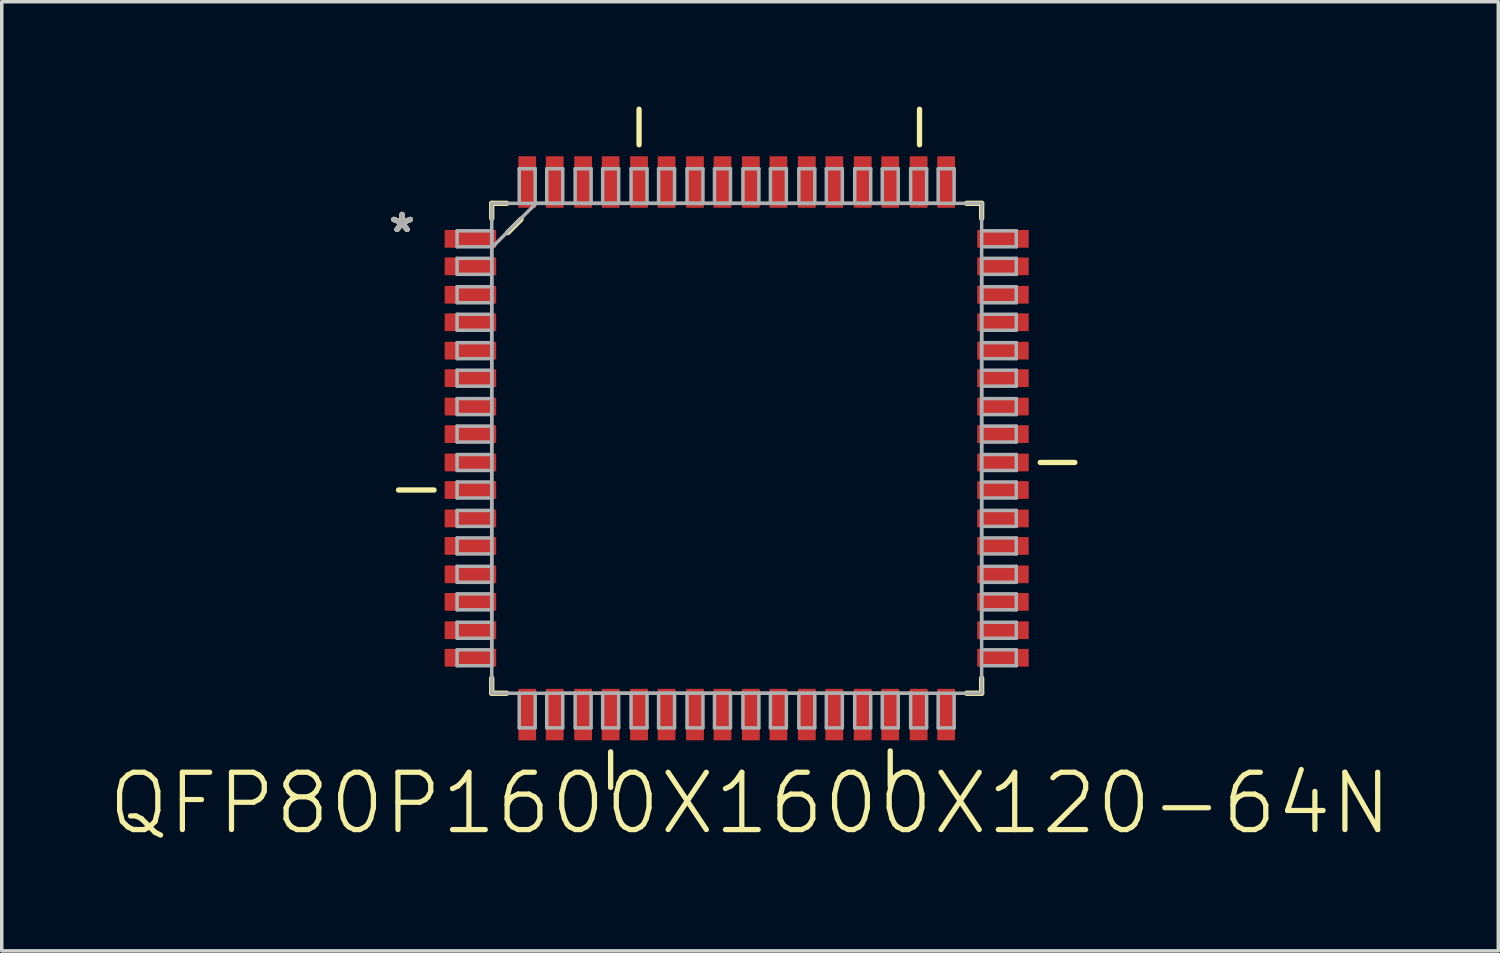
<source format=kicad_pcb>
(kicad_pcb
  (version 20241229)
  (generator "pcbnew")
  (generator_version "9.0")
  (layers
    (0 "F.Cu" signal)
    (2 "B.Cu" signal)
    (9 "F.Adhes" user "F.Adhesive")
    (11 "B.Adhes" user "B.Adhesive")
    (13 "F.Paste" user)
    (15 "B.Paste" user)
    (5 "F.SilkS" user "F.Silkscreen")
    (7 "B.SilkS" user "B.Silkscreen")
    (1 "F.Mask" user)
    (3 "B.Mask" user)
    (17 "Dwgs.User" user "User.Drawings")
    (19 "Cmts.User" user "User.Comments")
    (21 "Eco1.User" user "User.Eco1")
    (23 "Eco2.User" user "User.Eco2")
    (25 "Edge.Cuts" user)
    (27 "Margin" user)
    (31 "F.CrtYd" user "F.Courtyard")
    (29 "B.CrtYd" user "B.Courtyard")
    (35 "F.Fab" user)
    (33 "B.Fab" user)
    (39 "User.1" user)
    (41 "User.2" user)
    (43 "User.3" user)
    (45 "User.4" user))
  (footprint "QFP80P1600X1600X120-64N"
    (layer "F.Cu")
    (at 18.032 9.779)
    (property "Reference" "QFP80P1600X1600X120-64N" (at 0.381 10.16 0) (layer "F.SilkS") (effects (font (size 1.64 1.64) (thickness 0.15))))
    (attr smd)
    (fp_line (start -9.677 1.194) (end -8.661 1.194) (stroke (width 0.152) (type solid)) (layer "F.SilkS"))
    (fp_line (start -7.01 -7.01) (end -7.01 -6.579) (stroke (width 0.152) (type solid)) (layer "F.SilkS"))
    (fp_line (start -7.01 6.579) (end -7.01 7.01) (stroke (width 0.152) (type solid)) (layer "F.SilkS"))
    (fp_line (start -7.01 7.01) (end -6.579 7.01) (stroke (width 0.152) (type solid)) (layer "F.SilkS"))
    (fp_line (start -6.579 -7.01) (end -7.01 -7.01) (stroke (width 0.152) (type solid)) (layer "F.SilkS"))
    (fp_line (start -6.553 -6.172) (end -6.172 -6.553) (stroke (width 0.152) (type solid)) (layer "F.SilkS"))
    (fp_line (start -3.607 9.703) (end -3.607 8.687) (stroke (width 0.152) (type solid)) (layer "F.SilkS"))
    (fp_line (start -2.794 -8.687) (end -2.794 -9.703) (stroke (width 0.152) (type solid)) (layer "F.SilkS"))
    (fp_line (start 4.394 9.677) (end 4.394 8.661) (stroke (width 0.152) (type solid)) (layer "F.SilkS"))
    (fp_line (start 5.232 -8.687) (end 5.232 -9.703) (stroke (width 0.152) (type solid)) (layer "F.SilkS"))
    (fp_line (start 6.579 7.01) (end 7.01 7.01) (stroke (width 0.152) (type solid)) (layer "F.SilkS"))
    (fp_line (start 7.01 -7.01) (end 6.579 -7.01) (stroke (width 0.152) (type solid)) (layer "F.SilkS"))
    (fp_line (start 7.01 -6.579) (end 7.01 -7.01) (stroke (width 0.152) (type solid)) (layer "F.SilkS"))
    (fp_line (start 7.01 7.01) (end 7.01 6.579) (stroke (width 0.152) (type solid)) (layer "F.SilkS"))
    (fp_line (start 8.687 0.406) (end 9.677 0.406) (stroke (width 0.152) (type solid)) (layer "F.SilkS"))
    (fp_line (start -8.001 -6.223) (end -8.001 -5.766) (stroke (width 0.1) (type solid)) (layer "F.Fab"))
    (fp_line (start -8.001 -5.766) (end -7.01 -5.766) (stroke (width 0.1) (type solid)) (layer "F.Fab"))
    (fp_line (start -8.001 -5.436) (end -8.001 -4.978) (stroke (width 0.1) (type solid)) (layer "F.Fab"))
    (fp_line (start -8.001 -4.978) (end -7.01 -4.978) (stroke (width 0.1) (type solid)) (layer "F.Fab"))
    (fp_line (start -8.001 -4.623) (end -8.001 -4.166) (stroke (width 0.1) (type solid)) (layer "F.Fab"))
    (fp_line (start -8.001 -4.166) (end -7.01 -4.166) (stroke (width 0.1) (type solid)) (layer "F.Fab"))
    (fp_line (start -8.001 -3.835) (end -8.001 -3.378) (stroke (width 0.1) (type solid)) (layer "F.Fab"))
    (fp_line (start -8.001 -3.378) (end -7.01 -3.378) (stroke (width 0.1) (type solid)) (layer "F.Fab"))
    (fp_line (start -8.001 -3.023) (end -8.001 -2.565) (stroke (width 0.1) (type solid)) (layer "F.Fab"))
    (fp_line (start -8.001 -2.565) (end -7.01 -2.565) (stroke (width 0.1) (type solid)) (layer "F.Fab"))
    (fp_line (start -8.001 -2.235) (end -8.001 -1.778) (stroke (width 0.1) (type solid)) (layer "F.Fab"))
    (fp_line (start -8.001 -1.778) (end -7.01 -1.778) (stroke (width 0.1) (type solid)) (layer "F.Fab"))
    (fp_line (start -8.001 -1.422) (end -8.001 -0.965) (stroke (width 0.1) (type solid)) (layer "F.Fab"))
    (fp_line (start -8.001 -0.965) (end -7.01 -0.965) (stroke (width 0.1) (type solid)) (layer "F.Fab"))
    (fp_line (start -8.001 -0.635) (end -8.001 -0.178) (stroke (width 0.1) (type solid)) (layer "F.Fab"))
    (fp_line (start -8.001 -0.178) (end -7.01 -0.178) (stroke (width 0.1) (type solid)) (layer "F.Fab"))
    (fp_line (start -8.001 0.178) (end -8.001 0.635) (stroke (width 0.1) (type solid)) (layer "F.Fab"))
    (fp_line (start -8.001 0.635) (end -7.01 0.635) (stroke (width 0.1) (type solid)) (layer "F.Fab"))
    (fp_line (start -8.001 0.965) (end -8.001 1.422) (stroke (width 0.1) (type solid)) (layer "F.Fab"))
    (fp_line (start -8.001 1.422) (end -7.01 1.422) (stroke (width 0.1) (type solid)) (layer "F.Fab"))
    (fp_line (start -8.001 1.778) (end -8.001 2.235) (stroke (width 0.1) (type solid)) (layer "F.Fab"))
    (fp_line (start -8.001 2.235) (end -7.01 2.235) (stroke (width 0.1) (type solid)) (layer "F.Fab"))
    (fp_line (start -8.001 2.565) (end -8.001 3.023) (stroke (width 0.1) (type solid)) (layer "F.Fab"))
    (fp_line (start -8.001 3.023) (end -7.01 3.023) (stroke (width 0.1) (type solid)) (layer "F.Fab"))
    (fp_line (start -8.001 3.378) (end -8.001 3.835) (stroke (width 0.1) (type solid)) (layer "F.Fab"))
    (fp_line (start -8.001 3.835) (end -7.01 3.835) (stroke (width 0.1) (type solid)) (layer "F.Fab"))
    (fp_line (start -8.001 4.166) (end -8.001 4.623) (stroke (width 0.1) (type solid)) (layer "F.Fab"))
    (fp_line (start -8.001 4.623) (end -7.01 4.623) (stroke (width 0.1) (type solid)) (layer "F.Fab"))
    (fp_line (start -8.001 4.978) (end -8.001 5.436) (stroke (width 0.1) (type solid)) (layer "F.Fab"))
    (fp_line (start -8.001 5.436) (end -7.01 5.436) (stroke (width 0.1) (type solid)) (layer "F.Fab"))
    (fp_line (start -8.001 5.766) (end -8.001 6.223) (stroke (width 0.1) (type solid)) (layer "F.Fab"))
    (fp_line (start -8.001 6.223) (end -7.01 6.223) (stroke (width 0.1) (type solid)) (layer "F.Fab"))
    (fp_line (start -7.01 -7.01) (end -7.01 -6.223) (stroke (width 0.1) (type solid)) (layer "F.Fab"))
    (fp_line (start -7.01 -6.223) (end -8.001 -6.223) (stroke (width 0.1) (type solid)) (layer "F.Fab"))
    (fp_line (start -7.01 -6.223) (end -7.01 6.223) (stroke (width 0.1) (type solid)) (layer "F.Fab"))
    (fp_line (start -7.01 -5.766) (end -7.01 -6.223) (stroke (width 0.1) (type solid)) (layer "F.Fab"))
    (fp_line (start -7.01 -5.766) (end -7.01 -5.74) (stroke (width 0.1) (type solid)) (layer "F.Fab"))
    (fp_line (start -7.01 -5.74) (end -7.01 -5.436) (stroke (width 0.1) (type solid)) (layer "F.Fab"))
    (fp_line (start -7.01 -5.74) (end -5.74 -7.01) (stroke (width 0.1) (type solid)) (layer "F.Fab"))
    (fp_line (start -7.01 -5.436) (end -8.001 -5.436) (stroke (width 0.1) (type solid)) (layer "F.Fab"))
    (fp_line (start -7.01 -4.978) (end -7.01 -5.436) (stroke (width 0.1) (type solid)) (layer "F.Fab"))
    (fp_line (start -7.01 -4.978) (end -7.01 -4.623) (stroke (width 0.1) (type solid)) (layer "F.Fab"))
    (fp_line (start -7.01 -4.623) (end -8.001 -4.623) (stroke (width 0.1) (type solid)) (layer "F.Fab"))
    (fp_line (start -7.01 -4.166) (end -7.01 -4.623) (stroke (width 0.1) (type solid)) (layer "F.Fab"))
    (fp_line (start -7.01 -4.166) (end -7.01 -3.835) (stroke (width 0.1) (type solid)) (layer "F.Fab"))
    (fp_line (start -7.01 -3.835) (end -8.001 -3.835) (stroke (width 0.1) (type solid)) (layer "F.Fab"))
    (fp_line (start -7.01 -3.378) (end -7.01 -3.835) (stroke (width 0.1) (type solid)) (layer "F.Fab"))
    (fp_line (start -7.01 -3.378) (end -7.01 -3.023) (stroke (width 0.1) (type solid)) (layer "F.Fab"))
    (fp_line (start -7.01 -3.023) (end -8.001 -3.023) (stroke (width 0.1) (type solid)) (layer "F.Fab"))
    (fp_line (start -7.01 -2.565) (end -7.01 -3.023) (stroke (width 0.1) (type solid)) (layer "F.Fab"))
    (fp_line (start -7.01 -2.565) (end -7.01 -2.235) (stroke (width 0.1) (type solid)) (layer "F.Fab"))
    (fp_line (start -7.01 -2.235) (end -8.001 -2.235) (stroke (width 0.1) (type solid)) (layer "F.Fab"))
    (fp_line (start -7.01 -1.778) (end -7.01 -2.235) (stroke (width 0.1) (type solid)) (layer "F.Fab"))
    (fp_line (start -7.01 -1.778) (end -7.01 -1.422) (stroke (width 0.1) (type solid)) (layer "F.Fab"))
    (fp_line (start -7.01 -1.422) (end -8.001 -1.422) (stroke (width 0.1) (type solid)) (layer "F.Fab"))
    (fp_line (start -7.01 -0.965) (end -7.01 -1.422) (stroke (width 0.1) (type solid)) (layer "F.Fab"))
    (fp_line (start -7.01 -0.965) (end -7.01 -0.635) (stroke (width 0.1) (type solid)) (layer "F.Fab"))
    (fp_line (start -7.01 -0.635) (end -8.001 -0.635) (stroke (width 0.1) (type solid)) (layer "F.Fab"))
    (fp_line (start -7.01 -0.178) (end -7.01 -0.635) (stroke (width 0.1) (type solid)) (layer "F.Fab"))
    (fp_line (start -7.01 -0.178) (end -7.01 0.178) (stroke (width 0.1) (type solid)) (layer "F.Fab"))
    (fp_line (start -7.01 0.178) (end -8.001 0.178) (stroke (width 0.1) (type solid)) (layer "F.Fab"))
    (fp_line (start -7.01 0.635) (end -7.01 0.178) (stroke (width 0.1) (type solid)) (layer "F.Fab"))
    (fp_line (start -7.01 0.635) (end -7.01 0.965) (stroke (width 0.1) (type solid)) (layer "F.Fab"))
    (fp_line (start -7.01 0.965) (end -8.001 0.965) (stroke (width 0.1) (type solid)) (layer "F.Fab"))
    (fp_line (start -7.01 1.422) (end -7.01 0.965) (stroke (width 0.1) (type solid)) (layer "F.Fab"))
    (fp_line (start -7.01 1.422) (end -7.01 1.778) (stroke (width 0.1) (type solid)) (layer "F.Fab"))
    (fp_line (start -7.01 1.778) (end -8.001 1.778) (stroke (width 0.1) (type solid)) (layer "F.Fab"))
    (fp_line (start -7.01 2.235) (end -7.01 1.778) (stroke (width 0.1) (type solid)) (layer "F.Fab"))
    (fp_line (start -7.01 2.235) (end -7.01 2.565) (stroke (width 0.1) (type solid)) (layer "F.Fab"))
    (fp_line (start -7.01 2.565) (end -8.001 2.565) (stroke (width 0.1) (type solid)) (layer "F.Fab"))
    (fp_line (start -7.01 3.023) (end -7.01 2.565) (stroke (width 0.1) (type solid)) (layer "F.Fab"))
    (fp_line (start -7.01 3.023) (end -7.01 3.378) (stroke (width 0.1) (type solid)) (layer "F.Fab"))
    (fp_line (start -7.01 3.378) (end -8.001 3.378) (stroke (width 0.1) (type solid)) (layer "F.Fab"))
    (fp_line (start -7.01 3.835) (end -7.01 3.378) (stroke (width 0.1) (type solid)) (layer "F.Fab"))
    (fp_line (start -7.01 3.835) (end -7.01 4.166) (stroke (width 0.1) (type solid)) (layer "F.Fab"))
    (fp_line (start -7.01 4.166) (end -8.001 4.166) (stroke (width 0.1) (type solid)) (layer "F.Fab"))
    (fp_line (start -7.01 4.623) (end -7.01 4.166) (stroke (width 0.1) (type solid)) (layer "F.Fab"))
    (fp_line (start -7.01 4.623) (end -7.01 4.978) (stroke (width 0.1) (type solid)) (layer "F.Fab"))
    (fp_line (start -7.01 4.978) (end -8.001 4.978) (stroke (width 0.1) (type solid)) (layer "F.Fab"))
    (fp_line (start -7.01 5.436) (end -7.01 4.978) (stroke (width 0.1) (type solid)) (layer "F.Fab"))
    (fp_line (start -7.01 5.436) (end -7.01 5.766) (stroke (width 0.1) (type solid)) (layer "F.Fab"))
    (fp_line (start -7.01 5.766) (end -8.001 5.766) (stroke (width 0.1) (type solid)) (layer "F.Fab"))
    (fp_line (start -7.01 6.223) (end -7.01 5.766) (stroke (width 0.1) (type solid)) (layer "F.Fab"))
    (fp_line (start -7.01 6.223) (end -7.01 7.01) (stroke (width 0.1) (type solid)) (layer "F.Fab"))
    (fp_line (start -7.01 7.01) (end -6.223 7.01) (stroke (width 0.1) (type solid)) (layer "F.Fab"))
    (fp_line (start -6.223 -8.001) (end -6.223 -7.01) (stroke (width 0.1) (type solid)) (layer "F.Fab"))
    (fp_line (start -6.223 -7.01) (end -7.01 -7.01) (stroke (width 0.1) (type solid)) (layer "F.Fab"))
    (fp_line (start -6.223 -7.01) (end -5.766 -7.01) (stroke (width 0.1) (type solid)) (layer "F.Fab"))
    (fp_line (start -6.223 7.01) (end -6.223 8.001) (stroke (width 0.1) (type solid)) (layer "F.Fab"))
    (fp_line (start -6.223 8.001) (end -5.766 8.001) (stroke (width 0.1) (type solid)) (layer "F.Fab"))
    (fp_line (start -5.766 -8.001) (end -6.223 -8.001) (stroke (width 0.1) (type solid)) (layer "F.Fab"))
    (fp_line (start -5.766 -7.01) (end -5.766 -8.001) (stroke (width 0.1) (type solid)) (layer "F.Fab"))
    (fp_line (start -5.766 7.01) (end -6.223 7.01) (stroke (width 0.1) (type solid)) (layer "F.Fab"))
    (fp_line (start -5.766 7.01) (end -5.436 7.01) (stroke (width 0.1) (type solid)) (layer "F.Fab"))
    (fp_line (start -5.766 8.001) (end -5.766 7.01) (stroke (width 0.1) (type solid)) (layer "F.Fab"))
    (fp_line (start -5.74 -7.01) (end -5.766 -7.01) (stroke (width 0.1) (type solid)) (layer "F.Fab"))
    (fp_line (start -5.436 -8.001) (end -5.436 -7.01) (stroke (width 0.1) (type solid)) (layer "F.Fab"))
    (fp_line (start -5.436 -7.01) (end -5.74 -7.01) (stroke (width 0.1) (type solid)) (layer "F.Fab"))
    (fp_line (start -5.436 -7.01) (end -4.978 -7.01) (stroke (width 0.1) (type solid)) (layer "F.Fab"))
    (fp_line (start -5.436 7.01) (end -5.436 8.001) (stroke (width 0.1) (type solid)) (layer "F.Fab"))
    (fp_line (start -5.436 8.001) (end -4.978 8.001) (stroke (width 0.1) (type solid)) (layer "F.Fab"))
    (fp_line (start -4.978 -8.001) (end -5.436 -8.001) (stroke (width 0.1) (type solid)) (layer "F.Fab"))
    (fp_line (start -4.978 -7.01) (end -4.978 -8.001) (stroke (width 0.1) (type solid)) (layer "F.Fab"))
    (fp_line (start -4.978 7.01) (end -5.436 7.01) (stroke (width 0.1) (type solid)) (layer "F.Fab"))
    (fp_line (start -4.978 7.01) (end -4.623 7.01) (stroke (width 0.1) (type solid)) (layer "F.Fab"))
    (fp_line (start -4.978 7.01) (end 4.978 7.01) (stroke (width 0.1) (type solid)) (layer "F.Fab"))
    (fp_line (start -4.978 8.001) (end -4.978 7.01) (stroke (width 0.1) (type solid)) (layer "F.Fab"))
    (fp_line (start -4.623 -8.001) (end -4.623 -7.01) (stroke (width 0.1) (type solid)) (layer "F.Fab"))
    (fp_line (start -4.623 -7.01) (end -4.978 -7.01) (stroke (width 0.1) (type solid)) (layer "F.Fab"))
    (fp_line (start -4.623 -7.01) (end -4.166 -7.01) (stroke (width 0.1) (type solid)) (layer "F.Fab"))
    (fp_line (start -4.623 7.01) (end -4.623 8.001) (stroke (width 0.1) (type solid)) (layer "F.Fab"))
    (fp_line (start -4.623 8.001) (end -4.166 8.001) (stroke (width 0.1) (type solid)) (layer "F.Fab"))
    (fp_line (start -4.166 -8.001) (end -4.623 -8.001) (stroke (width 0.1) (type solid)) (layer "F.Fab"))
    (fp_line (start -4.166 -7.01) (end -4.166 -8.001) (stroke (width 0.1) (type solid)) (layer "F.Fab"))
    (fp_line (start -4.166 7.01) (end -4.623 7.01) (stroke (width 0.1) (type solid)) (layer "F.Fab"))
    (fp_line (start -4.166 7.01) (end -3.835 7.01) (stroke (width 0.1) (type solid)) (layer "F.Fab"))
    (fp_line (start -4.166 8.001) (end -4.166 7.01) (stroke (width 0.1) (type solid)) (layer "F.Fab"))
    (fp_line (start -3.835 -8.001) (end -3.835 -7.01) (stroke (width 0.1) (type solid)) (layer "F.Fab"))
    (fp_line (start -3.835 -7.01) (end -4.166 -7.01) (stroke (width 0.1) (type solid)) (layer "F.Fab"))
    (fp_line (start -3.835 -7.01) (end -3.378 -7.01) (stroke (width 0.1) (type solid)) (layer "F.Fab"))
    (fp_line (start -3.835 7.01) (end -3.835 8.001) (stroke (width 0.1) (type solid)) (layer "F.Fab"))
    (fp_line (start -3.835 8.001) (end -3.378 8.001) (stroke (width 0.1) (type solid)) (layer "F.Fab"))
    (fp_line (start -3.378 -8.001) (end -3.835 -8.001) (stroke (width 0.1) (type solid)) (layer "F.Fab"))
    (fp_line (start -3.378 -7.01) (end -3.378 -8.001) (stroke (width 0.1) (type solid)) (layer "F.Fab"))
    (fp_line (start -3.378 7.01) (end -3.835 7.01) (stroke (width 0.1) (type solid)) (layer "F.Fab"))
    (fp_line (start -3.378 7.01) (end -3.023 7.01) (stroke (width 0.1) (type solid)) (layer "F.Fab"))
    (fp_line (start -3.378 8.001) (end -3.378 7.01) (stroke (width 0.1) (type solid)) (layer "F.Fab"))
    (fp_line (start -3.023 -8.001) (end -3.023 -7.01) (stroke (width 0.1) (type solid)) (layer "F.Fab"))
    (fp_line (start -3.023 -7.01) (end -3.378 -7.01) (stroke (width 0.1) (type solid)) (layer "F.Fab"))
    (fp_line (start -3.023 -7.01) (end -2.565 -7.01) (stroke (width 0.1) (type solid)) (layer "F.Fab"))
    (fp_line (start -3.023 7.01) (end -3.023 8.001) (stroke (width 0.1) (type solid)) (layer "F.Fab"))
    (fp_line (start -3.023 8.001) (end -2.565 8.001) (stroke (width 0.1) (type solid)) (layer "F.Fab"))
    (fp_line (start -2.565 -8.001) (end -3.023 -8.001) (stroke (width 0.1) (type solid)) (layer "F.Fab"))
    (fp_line (start -2.565 -7.01) (end -2.565 -8.001) (stroke (width 0.1) (type solid)) (layer "F.Fab"))
    (fp_line (start -2.565 7.01) (end -3.023 7.01) (stroke (width 0.1) (type solid)) (layer "F.Fab"))
    (fp_line (start -2.565 7.01) (end -2.235 7.01) (stroke (width 0.1) (type solid)) (layer "F.Fab"))
    (fp_line (start -2.565 8.001) (end -2.565 7.01) (stroke (width 0.1) (type solid)) (layer "F.Fab"))
    (fp_line (start -2.235 -8.001) (end -2.235 -7.01) (stroke (width 0.1) (type solid)) (layer "F.Fab"))
    (fp_line (start -2.235 -7.01) (end -2.565 -7.01) (stroke (width 0.1) (type solid)) (layer "F.Fab"))
    (fp_line (start -2.235 -7.01) (end -1.778 -7.01) (stroke (width 0.1) (type solid)) (layer "F.Fab"))
    (fp_line (start -2.235 7.01) (end -2.235 8.001) (stroke (width 0.1) (type solid)) (layer "F.Fab"))
    (fp_line (start -2.235 8.001) (end -1.778 8.001) (stroke (width 0.1) (type solid)) (layer "F.Fab"))
    (fp_line (start -1.778 -8.001) (end -2.235 -8.001) (stroke (width 0.1) (type solid)) (layer "F.Fab"))
    (fp_line (start -1.778 -7.01) (end -1.778 -8.001) (stroke (width 0.1) (type solid)) (layer "F.Fab"))
    (fp_line (start -1.778 7.01) (end -2.235 7.01) (stroke (width 0.1) (type solid)) (layer "F.Fab"))
    (fp_line (start -1.778 7.01) (end -1.422 7.01) (stroke (width 0.1) (type solid)) (layer "F.Fab"))
    (fp_line (start -1.778 8.001) (end -1.778 7.01) (stroke (width 0.1) (type solid)) (layer "F.Fab"))
    (fp_line (start -1.422 -8.001) (end -1.422 -7.01) (stroke (width 0.1) (type solid)) (layer "F.Fab"))
    (fp_line (start -1.422 -7.01) (end -1.778 -7.01) (stroke (width 0.1) (type solid)) (layer "F.Fab"))
    (fp_line (start -1.422 -7.01) (end -0.965 -7.01) (stroke (width 0.1) (type solid)) (layer "F.Fab"))
    (fp_line (start -1.422 7.01) (end -1.422 8.001) (stroke (width 0.1) (type solid)) (layer "F.Fab"))
    (fp_line (start -1.422 8.001) (end -0.965 8.001) (stroke (width 0.1) (type solid)) (layer "F.Fab"))
    (fp_line (start -0.965 -8.001) (end -1.422 -8.001) (stroke (width 0.1) (type solid)) (layer "F.Fab"))
    (fp_line (start -0.965 -7.01) (end -0.965 -8.001) (stroke (width 0.1) (type solid)) (layer "F.Fab"))
    (fp_line (start -0.965 7.01) (end -1.422 7.01) (stroke (width 0.1) (type solid)) (layer "F.Fab"))
    (fp_line (start -0.965 7.01) (end -0.635 7.01) (stroke (width 0.1) (type solid)) (layer "F.Fab"))
    (fp_line (start -0.965 8.001) (end -0.965 7.01) (stroke (width 0.1) (type solid)) (layer "F.Fab"))
    (fp_line (start -0.635 -8.001) (end -0.635 -7.01) (stroke (width 0.1) (type solid)) (layer "F.Fab"))
    (fp_line (start -0.635 -7.01) (end -0.965 -7.01) (stroke (width 0.1) (type solid)) (layer "F.Fab"))
    (fp_line (start -0.635 -7.01) (end -0.178 -7.01) (stroke (width 0.1) (type solid)) (layer "F.Fab"))
    (fp_line (start -0.635 7.01) (end -0.635 8.001) (stroke (width 0.1) (type solid)) (layer "F.Fab"))
    (fp_line (start -0.635 8.001) (end -0.178 8.001) (stroke (width 0.1) (type solid)) (layer "F.Fab"))
    (fp_line (start -0.178 -8.001) (end -0.635 -8.001) (stroke (width 0.1) (type solid)) (layer "F.Fab"))
    (fp_line (start -0.178 -7.01) (end -0.178 -8.001) (stroke (width 0.1) (type solid)) (layer "F.Fab"))
    (fp_line (start -0.178 7.01) (end -0.635 7.01) (stroke (width 0.1) (type solid)) (layer "F.Fab"))
    (fp_line (start -0.178 7.01) (end 0.178 7.01) (stroke (width 0.1) (type solid)) (layer "F.Fab"))
    (fp_line (start -0.178 8.001) (end -0.178 7.01) (stroke (width 0.1) (type solid)) (layer "F.Fab"))
    (fp_line (start 0.178 -8.001) (end 0.178 -7.01) (stroke (width 0.1) (type solid)) (layer "F.Fab"))
    (fp_line (start 0.178 -7.01) (end -0.178 -7.01) (stroke (width 0.1) (type solid)) (layer "F.Fab"))
    (fp_line (start 0.178 -7.01) (end 0.635 -7.01) (stroke (width 0.1) (type solid)) (layer "F.Fab"))
    (fp_line (start 0.178 7.01) (end 0.178 8.001) (stroke (width 0.1) (type solid)) (layer "F.Fab"))
    (fp_line (start 0.178 8.001) (end 0.635 8.001) (stroke (width 0.1) (type solid)) (layer "F.Fab"))
    (fp_line (start 0.635 -8.001) (end 0.178 -8.001) (stroke (width 0.1) (type solid)) (layer "F.Fab"))
    (fp_line (start 0.635 -7.01) (end 0.635 -8.001) (stroke (width 0.1) (type solid)) (layer "F.Fab"))
    (fp_line (start 0.635 7.01) (end 0.178 7.01) (stroke (width 0.1) (type solid)) (layer "F.Fab"))
    (fp_line (start 0.635 7.01) (end 0.965 7.01) (stroke (width 0.1) (type solid)) (layer "F.Fab"))
    (fp_line (start 0.635 8.001) (end 0.635 7.01) (stroke (width 0.1) (type solid)) (layer "F.Fab"))
    (fp_line (start 0.965 -8.001) (end 0.965 -7.01) (stroke (width 0.1) (type solid)) (layer "F.Fab"))
    (fp_line (start 0.965 -7.01) (end 0.635 -7.01) (stroke (width 0.1) (type solid)) (layer "F.Fab"))
    (fp_line (start 0.965 -7.01) (end 1.422 -7.01) (stroke (width 0.1) (type solid)) (layer "F.Fab"))
    (fp_line (start 0.965 7.01) (end 0.965 8.001) (stroke (width 0.1) (type solid)) (layer "F.Fab"))
    (fp_line (start 0.965 8.001) (end 1.422 8.001) (stroke (width 0.1) (type solid)) (layer "F.Fab"))
    (fp_line (start 1.422 -8.001) (end 0.965 -8.001) (stroke (width 0.1) (type solid)) (layer "F.Fab"))
    (fp_line (start 1.422 -7.01) (end 1.422 -8.001) (stroke (width 0.1) (type solid)) (layer "F.Fab"))
    (fp_line (start 1.422 7.01) (end 0.965 7.01) (stroke (width 0.1) (type solid)) (layer "F.Fab"))
    (fp_line (start 1.422 7.01) (end 1.778 7.01) (stroke (width 0.1) (type solid)) (layer "F.Fab"))
    (fp_line (start 1.422 8.001) (end 1.422 7.01) (stroke (width 0.1) (type solid)) (layer "F.Fab"))
    (fp_line (start 1.778 -8.001) (end 1.778 -7.01) (stroke (width 0.1) (type solid)) (layer "F.Fab"))
    (fp_line (start 1.778 -7.01) (end 1.422 -7.01) (stroke (width 0.1) (type solid)) (layer "F.Fab"))
    (fp_line (start 1.778 -7.01) (end 2.235 -7.01) (stroke (width 0.1) (type solid)) (layer "F.Fab"))
    (fp_line (start 1.778 7.01) (end 1.778 8.001) (stroke (width 0.1) (type solid)) (layer "F.Fab"))
    (fp_line (start 1.778 8.001) (end 2.235 8.001) (stroke (width 0.1) (type solid)) (layer "F.Fab"))
    (fp_line (start 2.235 -8.001) (end 1.778 -8.001) (stroke (width 0.1) (type solid)) (layer "F.Fab"))
    (fp_line (start 2.235 -7.01) (end 2.235 -8.001) (stroke (width 0.1) (type solid)) (layer "F.Fab"))
    (fp_line (start 2.235 7.01) (end 1.778 7.01) (stroke (width 0.1) (type solid)) (layer "F.Fab"))
    (fp_line (start 2.235 7.01) (end 2.565 7.01) (stroke (width 0.1) (type solid)) (layer "F.Fab"))
    (fp_line (start 2.235 8.001) (end 2.235 7.01) (stroke (width 0.1) (type solid)) (layer "F.Fab"))
    (fp_line (start 2.565 -8.001) (end 2.565 -7.01) (stroke (width 0.1) (type solid)) (layer "F.Fab"))
    (fp_line (start 2.565 -7.01) (end 2.235 -7.01) (stroke (width 0.1) (type solid)) (layer "F.Fab"))
    (fp_line (start 2.565 -7.01) (end 3.023 -7.01) (stroke (width 0.1) (type solid)) (layer "F.Fab"))
    (fp_line (start 2.565 7.01) (end 2.565 8.001) (stroke (width 0.1) (type solid)) (layer "F.Fab"))
    (fp_line (start 2.565 8.001) (end 3.023 8.001) (stroke (width 0.1) (type solid)) (layer "F.Fab"))
    (fp_line (start 3.023 -8.001) (end 2.565 -8.001) (stroke (width 0.1) (type solid)) (layer "F.Fab"))
    (fp_line (start 3.023 -7.01) (end 3.023 -8.001) (stroke (width 0.1) (type solid)) (layer "F.Fab"))
    (fp_line (start 3.023 7.01) (end 2.565 7.01) (stroke (width 0.1) (type solid)) (layer "F.Fab"))
    (fp_line (start 3.023 7.01) (end 3.378 7.01) (stroke (width 0.1) (type solid)) (layer "F.Fab"))
    (fp_line (start 3.023 8.001) (end 3.023 7.01) (stroke (width 0.1) (type solid)) (layer "F.Fab"))
    (fp_line (start 3.378 -8.001) (end 3.378 -7.01) (stroke (width 0.1) (type solid)) (layer "F.Fab"))
    (fp_line (start 3.378 -7.01) (end 3.023 -7.01) (stroke (width 0.1) (type solid)) (layer "F.Fab"))
    (fp_line (start 3.378 -7.01) (end 3.835 -7.01) (stroke (width 0.1) (type solid)) (layer "F.Fab"))
    (fp_line (start 3.378 7.01) (end 3.378 8.001) (stroke (width 0.1) (type solid)) (layer "F.Fab"))
    (fp_line (start 3.378 8.001) (end 3.835 8.001) (stroke (width 0.1) (type solid)) (layer "F.Fab"))
    (fp_line (start 3.835 -8.001) (end 3.378 -8.001) (stroke (width 0.1) (type solid)) (layer "F.Fab"))
    (fp_line (start 3.835 -7.01) (end 3.835 -8.001) (stroke (width 0.1) (type solid)) (layer "F.Fab"))
    (fp_line (start 3.835 7.01) (end 3.378 7.01) (stroke (width 0.1) (type solid)) (layer "F.Fab"))
    (fp_line (start 3.835 7.01) (end 4.166 7.01) (stroke (width 0.1) (type solid)) (layer "F.Fab"))
    (fp_line (start 3.835 8.001) (end 3.835 7.01) (stroke (width 0.1) (type solid)) (layer "F.Fab"))
    (fp_line (start 4.166 -8.001) (end 4.166 -7.01) (stroke (width 0.1) (type solid)) (layer "F.Fab"))
    (fp_line (start 4.166 -7.01) (end 3.835 -7.01) (stroke (width 0.1) (type solid)) (layer "F.Fab"))
    (fp_line (start 4.166 -7.01) (end 4.623 -7.01) (stroke (width 0.1) (type solid)) (layer "F.Fab"))
    (fp_line (start 4.166 7.01) (end 4.166 8.001) (stroke (width 0.1) (type solid)) (layer "F.Fab"))
    (fp_line (start 4.166 8.001) (end 4.623 8.001) (stroke (width 0.1) (type solid)) (layer "F.Fab"))
    (fp_line (start 4.623 -8.001) (end 4.166 -8.001) (stroke (width 0.1) (type solid)) (layer "F.Fab"))
    (fp_line (start 4.623 -7.01) (end 4.623 -8.001) (stroke (width 0.1) (type solid)) (layer "F.Fab"))
    (fp_line (start 4.623 7.01) (end 4.166 7.01) (stroke (width 0.1) (type solid)) (layer "F.Fab"))
    (fp_line (start 4.623 7.01) (end 4.978 7.01) (stroke (width 0.1) (type solid)) (layer "F.Fab"))
    (fp_line (start 4.623 8.001) (end 4.623 7.01) (stroke (width 0.1) (type solid)) (layer "F.Fab"))
    (fp_line (start 4.978 -8.001) (end 4.978 -7.01) (stroke (width 0.1) (type solid)) (layer "F.Fab"))
    (fp_line (start 4.978 -7.01) (end 4.623 -7.01) (stroke (width 0.1) (type solid)) (layer "F.Fab"))
    (fp_line (start 4.978 -7.01) (end 5.436 -7.01) (stroke (width 0.1) (type solid)) (layer "F.Fab"))
    (fp_line (start 4.978 7.01) (end 4.978 8.001) (stroke (width 0.1) (type solid)) (layer "F.Fab"))
    (fp_line (start 4.978 8.001) (end 5.436 8.001) (stroke (width 0.1) (type solid)) (layer "F.Fab"))
    (fp_line (start 5.436 -8.001) (end 4.978 -8.001) (stroke (width 0.1) (type solid)) (layer "F.Fab"))
    (fp_line (start 5.436 -7.01) (end 5.436 -8.001) (stroke (width 0.1) (type solid)) (layer "F.Fab"))
    (fp_line (start 5.436 7.01) (end 4.978 7.01) (stroke (width 0.1) (type solid)) (layer "F.Fab"))
    (fp_line (start 5.436 7.01) (end 5.766 7.01) (stroke (width 0.1) (type solid)) (layer "F.Fab"))
    (fp_line (start 5.436 8.001) (end 5.436 7.01) (stroke (width 0.1) (type solid)) (layer "F.Fab"))
    (fp_line (start 5.766 -8.001) (end 5.766 -7.01) (stroke (width 0.1) (type solid)) (layer "F.Fab"))
    (fp_line (start 5.766 -7.01) (end -5.766 -7.01) (stroke (width 0.1) (type solid)) (layer "F.Fab"))
    (fp_line (start 5.766 -7.01) (end 5.436 -7.01) (stroke (width 0.1) (type solid)) (layer "F.Fab"))
    (fp_line (start 5.766 -7.01) (end 6.223 -7.01) (stroke (width 0.1) (type solid)) (layer "F.Fab"))
    (fp_line (start 5.766 7.01) (end 5.766 8.001) (stroke (width 0.1) (type solid)) (layer "F.Fab"))
    (fp_line (start 5.766 8.001) (end 6.223 8.001) (stroke (width 0.1) (type solid)) (layer "F.Fab"))
    (fp_line (start 6.223 -8.001) (end 5.766 -8.001) (stroke (width 0.1) (type solid)) (layer "F.Fab"))
    (fp_line (start 6.223 -7.01) (end 6.223 -8.001) (stroke (width 0.1) (type solid)) (layer "F.Fab"))
    (fp_line (start 6.223 7.01) (end 5.766 7.01) (stroke (width 0.1) (type solid)) (layer "F.Fab"))
    (fp_line (start 6.223 7.01) (end 7.01 7.01) (stroke (width 0.1) (type solid)) (layer "F.Fab"))
    (fp_line (start 6.223 8.001) (end 6.223 7.01) (stroke (width 0.1) (type solid)) (layer "F.Fab"))
    (fp_line (start 7.01 -7.01) (end 6.223 -7.01) (stroke (width 0.1) (type solid)) (layer "F.Fab"))
    (fp_line (start 7.01 -6.223) (end 7.01 -7.01) (stroke (width 0.1) (type solid)) (layer "F.Fab"))
    (fp_line (start 7.01 -6.223) (end 7.01 -5.766) (stroke (width 0.1) (type solid)) (layer "F.Fab"))
    (fp_line (start 7.01 -5.766) (end 8.001 -5.766) (stroke (width 0.1) (type solid)) (layer "F.Fab"))
    (fp_line (start 7.01 -5.436) (end 7.01 -5.766) (stroke (width 0.1) (type solid)) (layer "F.Fab"))
    (fp_line (start 7.01 -5.436) (end 7.01 -4.978) (stroke (width 0.1) (type solid)) (layer "F.Fab"))
    (fp_line (start 7.01 -4.978) (end 8.001 -4.978) (stroke (width 0.1) (type solid)) (layer "F.Fab"))
    (fp_line (start 7.01 -4.623) (end 7.01 -4.978) (stroke (width 0.1) (type solid)) (layer "F.Fab"))
    (fp_line (start 7.01 -4.623) (end 7.01 -4.166) (stroke (width 0.1) (type solid)) (layer "F.Fab"))
    (fp_line (start 7.01 -4.166) (end 8.001 -4.166) (stroke (width 0.1) (type solid)) (layer "F.Fab"))
    (fp_line (start 7.01 -3.835) (end 7.01 -4.166) (stroke (width 0.1) (type solid)) (layer "F.Fab"))
    (fp_line (start 7.01 -3.835) (end 7.01 -3.378) (stroke (width 0.1) (type solid)) (layer "F.Fab"))
    (fp_line (start 7.01 -3.378) (end 8.001 -3.378) (stroke (width 0.1) (type solid)) (layer "F.Fab"))
    (fp_line (start 7.01 -3.023) (end 7.01 -3.378) (stroke (width 0.1) (type solid)) (layer "F.Fab"))
    (fp_line (start 7.01 -3.023) (end 7.01 -2.565) (stroke (width 0.1) (type solid)) (layer "F.Fab"))
    (fp_line (start 7.01 -2.565) (end 8.001 -2.565) (stroke (width 0.1) (type solid)) (layer "F.Fab"))
    (fp_line (start 7.01 -2.235) (end 7.01 -2.565) (stroke (width 0.1) (type solid)) (layer "F.Fab"))
    (fp_line (start 7.01 -2.235) (end 7.01 -1.778) (stroke (width 0.1) (type solid)) (layer "F.Fab"))
    (fp_line (start 7.01 -1.778) (end 8.001 -1.778) (stroke (width 0.1) (type solid)) (layer "F.Fab"))
    (fp_line (start 7.01 -1.422) (end 7.01 -1.778) (stroke (width 0.1) (type solid)) (layer "F.Fab"))
    (fp_line (start 7.01 -1.422) (end 7.01 -0.965) (stroke (width 0.1) (type solid)) (layer "F.Fab"))
    (fp_line (start 7.01 -0.965) (end 8.001 -0.965) (stroke (width 0.1) (type solid)) (layer "F.Fab"))
    (fp_line (start 7.01 -0.635) (end 7.01 -0.965) (stroke (width 0.1) (type solid)) (layer "F.Fab"))
    (fp_line (start 7.01 -0.635) (end 7.01 -0.178) (stroke (width 0.1) (type solid)) (layer "F.Fab"))
    (fp_line (start 7.01 -0.178) (end 8.001 -0.178) (stroke (width 0.1) (type solid)) (layer "F.Fab"))
    (fp_line (start 7.01 0.178) (end 7.01 -0.178) (stroke (width 0.1) (type solid)) (layer "F.Fab"))
    (fp_line (start 7.01 0.178) (end 7.01 0.635) (stroke (width 0.1) (type solid)) (layer "F.Fab"))
    (fp_line (start 7.01 0.635) (end 8.001 0.635) (stroke (width 0.1) (type solid)) (layer "F.Fab"))
    (fp_line (start 7.01 0.965) (end 7.01 0.635) (stroke (width 0.1) (type solid)) (layer "F.Fab"))
    (fp_line (start 7.01 0.965) (end 7.01 1.422) (stroke (width 0.1) (type solid)) (layer "F.Fab"))
    (fp_line (start 7.01 1.422) (end 8.001 1.422) (stroke (width 0.1) (type solid)) (layer "F.Fab"))
    (fp_line (start 7.01 1.778) (end 7.01 1.422) (stroke (width 0.1) (type solid)) (layer "F.Fab"))
    (fp_line (start 7.01 1.778) (end 7.01 2.235) (stroke (width 0.1) (type solid)) (layer "F.Fab"))
    (fp_line (start 7.01 2.235) (end 8.001 2.235) (stroke (width 0.1) (type solid)) (layer "F.Fab"))
    (fp_line (start 7.01 2.565) (end 7.01 2.235) (stroke (width 0.1) (type solid)) (layer "F.Fab"))
    (fp_line (start 7.01 2.565) (end 7.01 3.023) (stroke (width 0.1) (type solid)) (layer "F.Fab"))
    (fp_line (start 7.01 3.023) (end 8.001 3.023) (stroke (width 0.1) (type solid)) (layer "F.Fab"))
    (fp_line (start 7.01 3.378) (end 7.01 3.023) (stroke (width 0.1) (type solid)) (layer "F.Fab"))
    (fp_line (start 7.01 3.378) (end 7.01 3.835) (stroke (width 0.1) (type solid)) (layer "F.Fab"))
    (fp_line (start 7.01 3.835) (end 8.001 3.835) (stroke (width 0.1) (type solid)) (layer "F.Fab"))
    (fp_line (start 7.01 4.166) (end 7.01 3.835) (stroke (width 0.1) (type solid)) (layer "F.Fab"))
    (fp_line (start 7.01 4.166) (end 7.01 4.623) (stroke (width 0.1) (type solid)) (layer "F.Fab"))
    (fp_line (start 7.01 4.623) (end 8.001 4.623) (stroke (width 0.1) (type solid)) (layer "F.Fab"))
    (fp_line (start 7.01 4.978) (end 7.01 4.623) (stroke (width 0.1) (type solid)) (layer "F.Fab"))
    (fp_line (start 7.01 4.978) (end 7.01 5.436) (stroke (width 0.1) (type solid)) (layer "F.Fab"))
    (fp_line (start 7.01 5.436) (end 7.01 -5.436) (stroke (width 0.1) (type solid)) (layer "F.Fab"))
    (fp_line (start 7.01 5.436) (end 8.001 5.436) (stroke (width 0.1) (type solid)) (layer "F.Fab"))
    (fp_line (start 7.01 5.766) (end 7.01 5.436) (stroke (width 0.1) (type solid)) (layer "F.Fab"))
    (fp_line (start 7.01 5.766) (end 7.01 6.223) (stroke (width 0.1) (type solid)) (layer "F.Fab"))
    (fp_line (start 7.01 6.223) (end 8.001 6.223) (stroke (width 0.1) (type solid)) (layer "F.Fab"))
    (fp_line (start 7.01 7.01) (end 7.01 6.223) (stroke (width 0.1) (type solid)) (layer "F.Fab"))
    (fp_line (start 8.001 -6.223) (end 7.01 -6.223) (stroke (width 0.1) (type solid)) (layer "F.Fab"))
    (fp_line (start 8.001 -5.766) (end 8.001 -6.223) (stroke (width 0.1) (type solid)) (layer "F.Fab"))
    (fp_line (start 8.001 -5.436) (end 7.01 -5.436) (stroke (width 0.1) (type solid)) (layer "F.Fab"))
    (fp_line (start 8.001 -4.978) (end 8.001 -5.436) (stroke (width 0.1) (type solid)) (layer "F.Fab"))
    (fp_line (start 8.001 -4.623) (end 7.01 -4.623) (stroke (width 0.1) (type solid)) (layer "F.Fab"))
    (fp_line (start 8.001 -4.166) (end 8.001 -4.623) (stroke (width 0.1) (type solid)) (layer "F.Fab"))
    (fp_line (start 8.001 -3.835) (end 7.01 -3.835) (stroke (width 0.1) (type solid)) (layer "F.Fab"))
    (fp_line (start 8.001 -3.378) (end 8.001 -3.835) (stroke (width 0.1) (type solid)) (layer "F.Fab"))
    (fp_line (start 8.001 -3.023) (end 7.01 -3.023) (stroke (width 0.1) (type solid)) (layer "F.Fab"))
    (fp_line (start 8.001 -2.565) (end 8.001 -3.023) (stroke (width 0.1) (type solid)) (layer "F.Fab"))
    (fp_line (start 8.001 -2.235) (end 7.01 -2.235) (stroke (width 0.1) (type solid)) (layer "F.Fab"))
    (fp_line (start 8.001 -1.778) (end 8.001 -2.235) (stroke (width 0.1) (type solid)) (layer "F.Fab"))
    (fp_line (start 8.001 -1.422) (end 7.01 -1.422) (stroke (width 0.1) (type solid)) (layer "F.Fab"))
    (fp_line (start 8.001 -0.965) (end 8.001 -1.422) (stroke (width 0.1) (type solid)) (layer "F.Fab"))
    (fp_line (start 8.001 -0.635) (end 7.01 -0.635) (stroke (width 0.1) (type solid)) (layer "F.Fab"))
    (fp_line (start 8.001 -0.178) (end 8.001 -0.635) (stroke (width 0.1) (type solid)) (layer "F.Fab"))
    (fp_line (start 8.001 0.178) (end 7.01 0.178) (stroke (width 0.1) (type solid)) (layer "F.Fab"))
    (fp_line (start 8.001 0.635) (end 8.001 0.178) (stroke (width 0.1) (type solid)) (layer "F.Fab"))
    (fp_line (start 8.001 0.965) (end 7.01 0.965) (stroke (width 0.1) (type solid)) (layer "F.Fab"))
    (fp_line (start 8.001 1.422) (end 8.001 0.965) (stroke (width 0.1) (type solid)) (layer "F.Fab"))
    (fp_line (start 8.001 1.778) (end 7.01 1.778) (stroke (width 0.1) (type solid)) (layer "F.Fab"))
    (fp_line (start 8.001 2.235) (end 8.001 1.778) (stroke (width 0.1) (type solid)) (layer "F.Fab"))
    (fp_line (start 8.001 2.565) (end 7.01 2.565) (stroke (width 0.1) (type solid)) (layer "F.Fab"))
    (fp_line (start 8.001 3.023) (end 8.001 2.565) (stroke (width 0.1) (type solid)) (layer "F.Fab"))
    (fp_line (start 8.001 3.378) (end 7.01 3.378) (stroke (width 0.1) (type solid)) (layer "F.Fab"))
    (fp_line (start 8.001 3.835) (end 8.001 3.378) (stroke (width 0.1) (type solid)) (layer "F.Fab"))
    (fp_line (start 8.001 4.166) (end 7.01 4.166) (stroke (width 0.1) (type solid)) (layer "F.Fab"))
    (fp_line (start 8.001 4.623) (end 8.001 4.166) (stroke (width 0.1) (type solid)) (layer "F.Fab"))
    (fp_line (start 8.001 4.978) (end 7.01 4.978) (stroke (width 0.1) (type solid)) (layer "F.Fab"))
    (fp_line (start 8.001 5.436) (end 8.001 4.978) (stroke (width 0.1) (type solid)) (layer "F.Fab"))
    (fp_line (start 8.001 5.766) (end 7.01 5.766) (stroke (width 0.1) (type solid)) (layer "F.Fab"))
    (fp_line (start 8.001 6.223) (end 8.001 5.766) (stroke (width 0.1) (type solid)) (layer "F.Fab"))
    (fp_text user "*" (at -9.576 -6.147 0) (layer "F.SilkS") (effects (font (size 1 1) (thickness 0.15))))
    (fp_text user "*" (at -9.576 -6.147 0) (layer "F.SilkS") (effects (font (size 1 1) (thickness 0.15))))
    (fp_text user "*" (at -9.576 -6.147 0) (layer "F.Fab") (effects (font (size 1 1) (thickness 0.15))))
    (fp_text user "*" (at -9.576 -6.147 0) (layer "F.Fab") (effects (font (size 1 1) (thickness 0.15))))
    (pad "1" smd rect (at -7.62 -5.994) (size 1.473 0.508) (layers "F.Cu" "F.Mask" "F.Paste"))
    (pad "2" smd rect (at -7.62 -5.207) (size 1.473 0.508) (layers "F.Cu" "F.Mask" "F.Paste"))
    (pad "3" smd rect (at -7.62 -4.394) (size 1.473 0.508) (layers "F.Cu" "F.Mask" "F.Paste"))
    (pad "4" smd rect (at -7.62 -3.607) (size 1.473 0.508) (layers "F.Cu" "F.Mask" "F.Paste"))
    (pad "5" smd rect (at -7.62 -2.794) (size 1.473 0.508) (layers "F.Cu" "F.Mask" "F.Paste"))
    (pad "6" smd rect (at -7.62 -2.007) (size 1.473 0.508) (layers "F.Cu" "F.Mask" "F.Paste"))
    (pad "7" smd rect (at -7.62 -1.194) (size 1.473 0.508) (layers "F.Cu" "F.Mask" "F.Paste"))
    (pad "8" smd rect (at -7.62 -0.406) (size 1.473 0.508) (layers "F.Cu" "F.Mask" "F.Paste"))
    (pad "9" smd rect (at -7.62 0.406) (size 1.473 0.508) (layers "F.Cu" "F.Mask" "F.Paste"))
    (pad "10" smd rect (at -7.62 1.194) (size 1.473 0.508) (layers "F.Cu" "F.Mask" "F.Paste"))
    (pad "11" smd rect (at -7.62 2.007) (size 1.473 0.508) (layers "F.Cu" "F.Mask" "F.Paste"))
    (pad "12" smd rect (at -7.62 2.794) (size 1.473 0.508) (layers "F.Cu" "F.Mask" "F.Paste"))
    (pad "13" smd rect (at -7.62 3.607) (size 1.473 0.508) (layers "F.Cu" "F.Mask" "F.Paste"))
    (pad "14" smd rect (at -7.62 4.394) (size 1.473 0.508) (layers "F.Cu" "F.Mask" "F.Paste"))
    (pad "15" smd rect (at -7.62 5.207) (size 1.473 0.508) (layers "F.Cu" "F.Mask" "F.Paste"))
    (pad "16" smd rect (at -7.62 5.994) (size 1.473 0.508) (layers "F.Cu" "F.Mask" "F.Paste"))
    (pad "17" smd rect (at -5.994 7.62) (size 0.508 1.473) (layers "F.Cu" "F.Mask" "F.Paste"))
    (pad "18" smd rect (at -5.207 7.62) (size 0.508 1.473) (layers "F.Cu" "F.Mask" "F.Paste"))
    (pad "19" smd rect (at -4.394 7.62) (size 0.508 1.473) (layers "F.Cu" "F.Mask" "F.Paste"))
    (pad "20" smd rect (at -3.607 7.62) (size 0.508 1.473) (layers "F.Cu" "F.Mask" "F.Paste"))
    (pad "21" smd rect (at -2.794 7.62) (size 0.508 1.473) (layers "F.Cu" "F.Mask" "F.Paste"))
    (pad "22" smd rect (at -2.007 7.62) (size 0.508 1.473) (layers "F.Cu" "F.Mask" "F.Paste"))
    (pad "23" smd rect (at -1.194 7.62) (size 0.508 1.473) (layers "F.Cu" "F.Mask" "F.Paste"))
    (pad "24" smd rect (at -0.406 7.62) (size 0.508 1.473) (layers "F.Cu" "F.Mask" "F.Paste"))
    (pad "25" smd rect (at 0.406 7.62) (size 0.508 1.473) (layers "F.Cu" "F.Mask" "F.Paste"))
    (pad "26" smd rect (at 1.194 7.62) (size 0.508 1.473) (layers "F.Cu" "F.Mask" "F.Paste"))
    (pad "27" smd rect (at 2.007 7.62) (size 0.508 1.473) (layers "F.Cu" "F.Mask" "F.Paste"))
    (pad "28" smd rect (at 2.794 7.62) (size 0.508 1.473) (layers "F.Cu" "F.Mask" "F.Paste"))
    (pad "29" smd rect (at 3.607 7.62) (size 0.508 1.473) (layers "F.Cu" "F.Mask" "F.Paste"))
    (pad "30" smd rect (at 4.394 7.62) (size 0.508 1.473) (layers "F.Cu" "F.Mask" "F.Paste"))
    (pad "31" smd rect (at 5.207 7.62) (size 0.508 1.473) (layers "F.Cu" "F.Mask" "F.Paste"))
    (pad "32" smd rect (at 5.994 7.62) (size 0.508 1.473) (layers "F.Cu" "F.Mask" "F.Paste"))
    (pad "33" smd rect (at 7.62 5.994) (size 1.473 0.508) (layers "F.Cu" "F.Mask" "F.Paste"))
    (pad "34" smd rect (at 7.62 5.207) (size 1.473 0.508) (layers "F.Cu" "F.Mask" "F.Paste"))
    (pad "35" smd rect (at 7.62 4.394) (size 1.473 0.508) (layers "F.Cu" "F.Mask" "F.Paste"))
    (pad "36" smd rect (at 7.62 3.607) (size 1.473 0.508) (layers "F.Cu" "F.Mask" "F.Paste"))
    (pad "37" smd rect (at 7.62 2.794) (size 1.473 0.508) (layers "F.Cu" "F.Mask" "F.Paste"))
    (pad "38" smd rect (at 7.62 2.007) (size 1.473 0.508) (layers "F.Cu" "F.Mask" "F.Paste"))
    (pad "39" smd rect (at 7.62 1.194) (size 1.473 0.508) (layers "F.Cu" "F.Mask" "F.Paste"))
    (pad "40" smd rect (at 7.62 0.406) (size 1.473 0.508) (layers "F.Cu" "F.Mask" "F.Paste"))
    (pad "41" smd rect (at 7.62 -0.406) (size 1.473 0.508) (layers "F.Cu" "F.Mask" "F.Paste"))
    (pad "42" smd rect (at 7.62 -1.194) (size 1.473 0.508) (layers "F.Cu" "F.Mask" "F.Paste"))
    (pad "43" smd rect (at 7.62 -2.007) (size 1.473 0.508) (layers "F.Cu" "F.Mask" "F.Paste"))
    (pad "44" smd rect (at 7.62 -2.794) (size 1.473 0.508) (layers "F.Cu" "F.Mask" "F.Paste"))
    (pad "45" smd rect (at 7.62 -3.607) (size 1.473 0.508) (layers "F.Cu" "F.Mask" "F.Paste"))
    (pad "46" smd rect (at 7.62 -4.394) (size 1.473 0.508) (layers "F.Cu" "F.Mask" "F.Paste"))
    (pad "47" smd rect (at 7.62 -5.207) (size 1.473 0.508) (layers "F.Cu" "F.Mask" "F.Paste"))
    (pad "48" smd rect (at 7.62 -5.994) (size 1.473 0.508) (layers "F.Cu" "F.Mask" "F.Paste"))
    (pad "49" smd rect (at 5.994 -7.62) (size 0.508 1.473) (layers "F.Cu" "F.Mask" "F.Paste"))
    (pad "50" smd rect (at 5.207 -7.62) (size 0.508 1.473) (layers "F.Cu" "F.Mask" "F.Paste"))
    (pad "51" smd rect (at 4.394 -7.62) (size 0.508 1.473) (layers "F.Cu" "F.Mask" "F.Paste"))
    (pad "52" smd rect (at 3.607 -7.62) (size 0.508 1.473) (layers "F.Cu" "F.Mask" "F.Paste"))
    (pad "53" smd rect (at 2.794 -7.62) (size 0.508 1.473) (layers "F.Cu" "F.Mask" "F.Paste"))
    (pad "54" smd rect (at 2.007 -7.62) (size 0.508 1.473) (layers "F.Cu" "F.Mask" "F.Paste"))
    (pad "55" smd rect (at 1.194 -7.62) (size 0.508 1.473) (layers "F.Cu" "F.Mask" "F.Paste"))
    (pad "56" smd rect (at 0.406 -7.62) (size 0.508 1.473) (layers "F.Cu" "F.Mask" "F.Paste"))
    (pad "57" smd rect (at -0.406 -7.62) (size 0.508 1.473) (layers "F.Cu" "F.Mask" "F.Paste"))
    (pad "58" smd rect (at -1.194 -7.62) (size 0.508 1.473) (layers "F.Cu" "F.Mask" "F.Paste"))
    (pad "59" smd rect (at -2.007 -7.62) (size 0.508 1.473) (layers "F.Cu" "F.Mask" "F.Paste"))
    (pad "60" smd rect (at -2.794 -7.62) (size 0.508 1.473) (layers "F.Cu" "F.Mask" "F.Paste"))
    (pad "61" smd rect (at -3.607 -7.62) (size 0.508 1.473) (layers "F.Cu" "F.Mask" "F.Paste"))
    (pad "62" smd rect (at -4.394 -7.62) (size 0.508 1.473) (layers "F.Cu" "F.Mask" "F.Paste"))
    (pad "63" smd rect (at -5.207 -7.62) (size 0.508 1.473) (layers "F.Cu" "F.Mask" "F.Paste"))
    (pad "64" smd rect (at -5.994 -7.62) (size 0.508 1.473) (layers "F.Cu" "F.Mask" "F.Paste")))
  (gr_rect
    (start -3 -3)
    (end 39.827 24.162)
    (stroke (width 0.1) (type default))
    (fill no)
    (layer "Edge.Cuts")))
</source>
